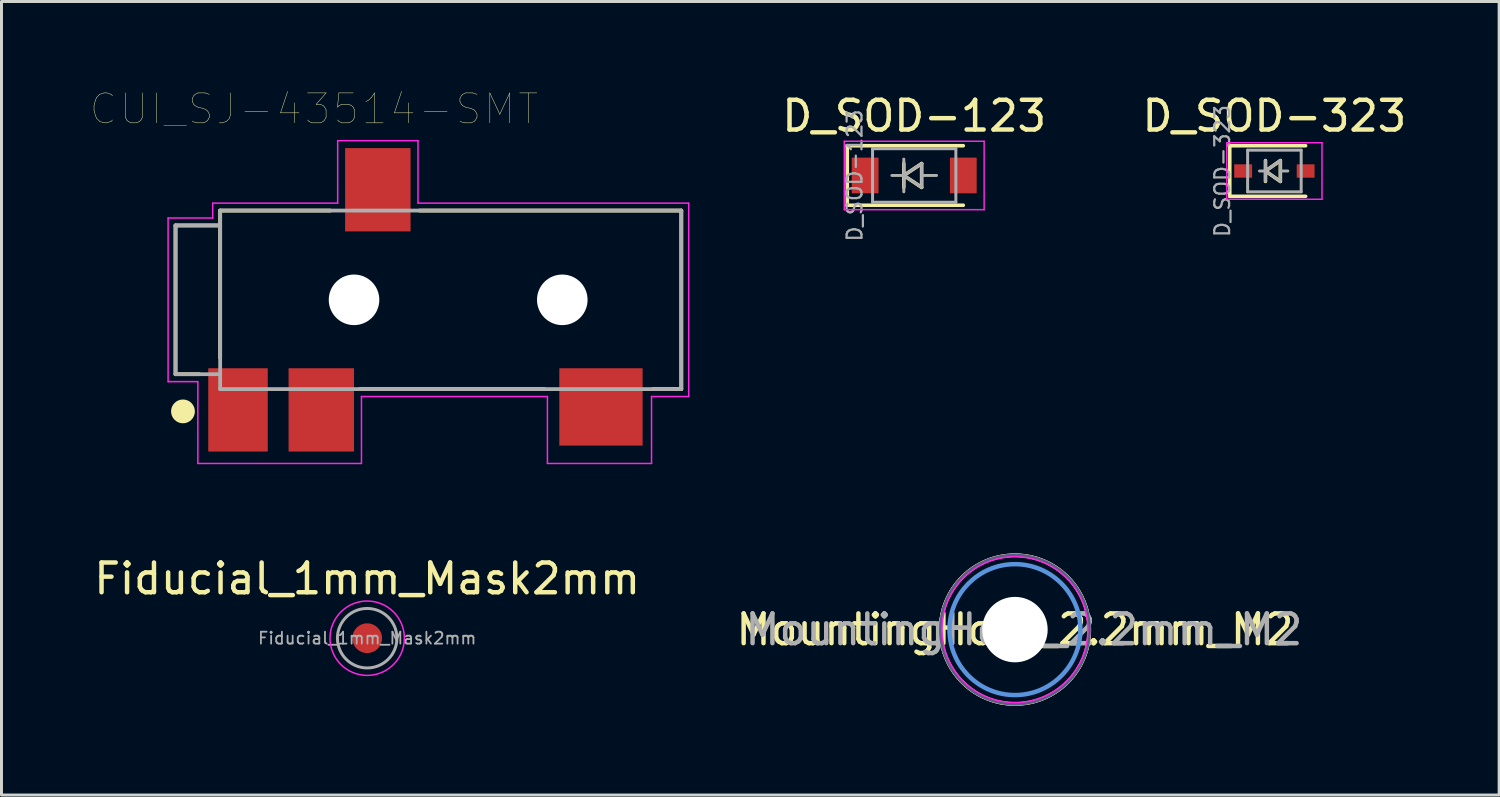
<source format=kicad_pcb>
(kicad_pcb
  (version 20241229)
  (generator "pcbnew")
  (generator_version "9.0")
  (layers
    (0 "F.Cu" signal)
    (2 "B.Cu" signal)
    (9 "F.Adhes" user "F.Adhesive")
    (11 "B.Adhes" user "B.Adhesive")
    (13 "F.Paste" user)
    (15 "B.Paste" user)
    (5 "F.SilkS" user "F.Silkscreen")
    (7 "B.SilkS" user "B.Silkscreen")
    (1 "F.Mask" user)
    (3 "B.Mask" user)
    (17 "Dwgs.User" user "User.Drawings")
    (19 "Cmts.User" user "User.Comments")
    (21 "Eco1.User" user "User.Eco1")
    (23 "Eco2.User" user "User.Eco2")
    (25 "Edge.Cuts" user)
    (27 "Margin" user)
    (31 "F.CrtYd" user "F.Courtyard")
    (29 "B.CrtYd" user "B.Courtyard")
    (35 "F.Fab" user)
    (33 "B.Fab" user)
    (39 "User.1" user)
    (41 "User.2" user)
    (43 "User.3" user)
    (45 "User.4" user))
  (footprint "CUI_SJ-43514-SMT"
    (layer "F.Cu")
    (at 12.1 7.028)
    (property "Reference" "CUI_SJ-43514-SMT" (at -4.596 -6.414 0) (layer "F.SilkS") (effects (font (size 1.005 1.005) (thickness 0.015))))
    (attr through_hole)
    (fp_line (start -9.25 -2.5) (end -9.25 2.5) (stroke (width 0.127) (type solid)) (layer "F.SilkS"))
    (fp_line (start -9.25 2.5) (end -8.45 2.5) (stroke (width 0.127) (type solid)) (layer "F.SilkS"))
    (fp_line (start -7.75 -3) (end -7.75 -2.5) (stroke (width 0.127) (type solid)) (layer "F.SilkS"))
    (fp_line (start -7.75 -2.5) (end -9.25 -2.5) (stroke (width 0.127) (type solid)) (layer "F.SilkS"))
    (fp_line (start -7.75 -2.5) (end -7.75 1.95) (stroke (width 0.127) (type solid)) (layer "F.SilkS"))
    (fp_line (start -4.05 -3) (end -7.75 -3) (stroke (width 0.127) (type solid)) (layer "F.SilkS"))
    (fp_line (start -3.05 3) (end 3.15 3) (stroke (width 0.127) (type solid)) (layer "F.SilkS"))
    (fp_line (start 6.8 3) (end 7.75 3) (stroke (width 0.127) (type solid)) (layer "F.SilkS"))
    (fp_line (start 7.75 -3) (end -1.05 -3) (stroke (width 0.127) (type solid)) (layer "F.SilkS"))
    (fp_line (start 7.75 -3) (end 7.75 3) (stroke (width 0.127) (type solid)) (layer "F.SilkS"))
    (fp_circle (center -9 3.75) (end -8.8 3.75) (stroke (width 0.4) (type solid)) (fill no) (layer "F.SilkS"))
    (fp_line (start -9.5 -2.75) (end -8 -2.75) (stroke (width 0.05) (type solid)) (layer "F.CrtYd"))
    (fp_line (start -9.5 2.75) (end -9.5 -2.75) (stroke (width 0.05) (type solid)) (layer "F.CrtYd"))
    (fp_line (start -8.5 2.75) (end -9.5 2.75) (stroke (width 0.05) (type solid)) (layer "F.CrtYd"))
    (fp_line (start -8.5 5.5) (end -8.5 2.75) (stroke (width 0.05) (type solid)) (layer "F.CrtYd"))
    (fp_line (start -8 -3.25) (end -3.8 -3.25) (stroke (width 0.05) (type solid)) (layer "F.CrtYd"))
    (fp_line (start -8 -2.75) (end -8 -3.25) (stroke (width 0.05) (type solid)) (layer "F.CrtYd"))
    (fp_line (start -3.8 -5.35) (end -1.1 -5.35) (stroke (width 0.05) (type solid)) (layer "F.CrtYd"))
    (fp_line (start -3.8 -3.25) (end -3.8 -5.35) (stroke (width 0.05) (type solid)) (layer "F.CrtYd"))
    (fp_line (start -3 3.25) (end -3 5.5) (stroke (width 0.05) (type solid)) (layer "F.CrtYd"))
    (fp_line (start -3 5.5) (end -8.5 5.5) (stroke (width 0.05) (type solid)) (layer "F.CrtYd"))
    (fp_line (start -1.1 -5.35) (end -1.1 -3.25) (stroke (width 0.05) (type solid)) (layer "F.CrtYd"))
    (fp_line (start -1.1 -3.25) (end 8 -3.25) (stroke (width 0.05) (type solid)) (layer "F.CrtYd"))
    (fp_line (start 3.25 3.25) (end -3 3.25) (stroke (width 0.05) (type solid)) (layer "F.CrtYd"))
    (fp_line (start 3.25 5.5) (end 3.25 3.25) (stroke (width 0.05) (type solid)) (layer "F.CrtYd"))
    (fp_line (start 6.75 3.25) (end 6.75 5.5) (stroke (width 0.05) (type solid)) (layer "F.CrtYd"))
    (fp_line (start 6.75 5.5) (end 3.25 5.5) (stroke (width 0.05) (type solid)) (layer "F.CrtYd"))
    (fp_line (start 8 -3.25) (end 8 3.25) (stroke (width 0.05) (type solid)) (layer "F.CrtYd"))
    (fp_line (start 8 3.25) (end 6.75 3.25) (stroke (width 0.05) (type solid)) (layer "F.CrtYd"))
    (fp_line (start -9.25 -2.5) (end -9.25 2.5) (stroke (width 0.127) (type solid)) (layer "F.Fab"))
    (fp_line (start -9.25 2.5) (end -7.75 2.5) (stroke (width 0.127) (type solid)) (layer "F.Fab"))
    (fp_line (start -7.75 -3) (end -7.75 -2.5) (stroke (width 0.127) (type solid)) (layer "F.Fab"))
    (fp_line (start -7.75 -2.5) (end -9.25 -2.5) (stroke (width 0.127) (type solid)) (layer "F.Fab"))
    (fp_line (start -7.75 -2.5) (end -7.75 2.5) (stroke (width 0.127) (type solid)) (layer "F.Fab"))
    (fp_line (start -7.75 2.5) (end -7.75 3) (stroke (width 0.127) (type solid)) (layer "F.Fab"))
    (fp_line (start -7.75 3) (end 7.75 3) (stroke (width 0.127) (type solid)) (layer "F.Fab"))
    (fp_line (start 7.75 -3) (end -7.75 -3) (stroke (width 0.127) (type solid)) (layer "F.Fab"))
    (fp_line (start 7.75 3) (end 7.75 -3) (stroke (width 0.127) (type solid)) (layer "F.Fab"))
    (pad "" np_thru_hole circle (at -3.25 0) (size 1.7 1.7) (drill 1.7) (layers "*.Cu" "*.Mask"))
    (pad "" np_thru_hole circle (at 3.75 0) (size 1.7 1.7) (drill 1.7) (layers "*.Cu" "*.Mask"))
    (pad "R1" smd rect (at -2.45 -3.7) (size 2.2 2.8) (layers "F.Cu" "F.Mask" "F.Paste"))
    (pad "R2" smd rect (at -4.35 3.7) (size 2.2 2.8) (layers "F.Cu" "F.Mask" "F.Paste"))
    (pad "S" smd rect (at -7.15 3.7) (size 2 2.8) (layers "F.Cu" "F.Mask" "F.Paste"))
    (pad "T" smd rect (at 5.05 3.6) (size 2.8 2.6) (layers "F.Cu" "F.Mask" "F.Paste")))
  (footprint "D_SOD-323"
    (layer "F.Cu")
    (at 39.786 2.698)
    (property "Reference" "D_SOD-323" (at 0 -1.85 0) (layer "F.SilkS") (effects (font (size 1 1) (thickness 0.15))))
    (attr smd)
    (fp_line (start -1.5 -0.85) (end -1.5 0.85) (stroke (width 0.12) (type solid)) (layer "F.SilkS"))
    (fp_line (start -1.5 -0.85) (end 1.05 -0.85) (stroke (width 0.12) (type solid)) (layer "F.SilkS"))
    (fp_line (start -1.5 0.85) (end 1.05 0.85) (stroke (width 0.12) (type solid)) (layer "F.SilkS"))
    (fp_line (start -0.3 -0.35) (end -0.3 0.35) (stroke (width 0.12) (type solid)) (layer "F.SilkS"))
    (fp_line (start -0.3 0) (end 0.2 0.35) (stroke (width 0.12) (type solid)) (layer "F.SilkS"))
    (fp_line (start 0.2 -0.35) (end -0.3 0) (stroke (width 0.12) (type solid)) (layer "F.SilkS"))
    (fp_line (start 0.2 0.35) (end 0.2 -0.35) (stroke (width 0.12) (type solid)) (layer "F.SilkS"))
    (fp_line (start -1.6 -0.95) (end -1.6 0.95) (stroke (width 0.05) (type solid)) (layer "F.CrtYd"))
    (fp_line (start -1.6 -0.95) (end 1.6 -0.95) (stroke (width 0.05) (type solid)) (layer "F.CrtYd"))
    (fp_line (start -1.6 0.95) (end 1.6 0.95) (stroke (width 0.05) (type solid)) (layer "F.CrtYd"))
    (fp_line (start 1.6 -0.95) (end 1.6 0.95) (stroke (width 0.05) (type solid)) (layer "F.CrtYd"))
    (fp_line (start -0.9 -0.7) (end 0.9 -0.7) (stroke (width 0.1) (type solid)) (layer "F.Fab"))
    (fp_line (start -0.9 0.7) (end -0.9 -0.7) (stroke (width 0.1) (type solid)) (layer "F.Fab"))
    (fp_line (start -0.3 -0.35) (end -0.3 0.35) (stroke (width 0.1) (type solid)) (layer "F.Fab"))
    (fp_line (start -0.3 0) (end -0.5 0) (stroke (width 0.1) (type solid)) (layer "F.Fab"))
    (fp_line (start -0.3 0) (end 0.2 -0.35) (stroke (width 0.1) (type solid)) (layer "F.Fab"))
    (fp_line (start 0.2 -0.35) (end 0.2 0.35) (stroke (width 0.1) (type solid)) (layer "F.Fab"))
    (fp_line (start 0.2 0) (end 0.45 0) (stroke (width 0.1) (type solid)) (layer "F.Fab"))
    (fp_line (start 0.2 0.35) (end -0.3 0) (stroke (width 0.1) (type solid)) (layer "F.Fab"))
    (fp_line (start 0.9 -0.7) (end 0.9 0.7) (stroke (width 0.1) (type solid)) (layer "F.Fab"))
    (fp_line (start 0.9 0.7) (end -0.9 0.7) (stroke (width 0.1) (type solid)) (layer "F.Fab"))
    (fp_text user "${REFERENCE}" (at -1.75 0 270) (layer "F.Fab") (effects (font (size 0.5 0.5) (thickness 0.075))))
    (pad "1" smd rect (at -1.05 0) (size 0.6 0.45) (layers "F.Cu" "F.Mask" "F.Paste"))
    (pad "2" smd rect (at 1.05 0) (size 0.6 0.45) (layers "F.Cu" "F.Mask" "F.Paste")))
  (footprint "Fiducial_1mm_Mask2mm"
    (layer "F.Cu")
    (at 9.292 18.402)
    (property "Reference" "Fiducial_1mm_Mask2mm" (at 0 -2 0) (layer "F.SilkS") (effects (font (size 1 1) (thickness 0.15))))
    (attr smd)
    (fp_circle (center 0 0) (end 1.25 0) (stroke (width 0.05) (type solid)) (fill no) (layer "F.CrtYd"))
    (fp_circle (center 0 0) (end 1 0) (stroke (width 0.1) (type solid)) (fill no) (layer "F.Fab"))
    (fp_text user "${REFERENCE}" (at 0 0 0) (layer "F.Fab") (effects (font (size 0.4 0.4) (thickness 0.06))))
    (pad "" smd circle (at 0 0) (size 1 1) (layers "F.Cu" "F.Mask")))
  (footprint "D_SOD-123"
    (layer "F.Cu")
    (at 27.679 2.848)
    (property "Reference" "D_SOD-123" (at 0 -2 0) (layer "F.SilkS") (effects (font (size 1 1) (thickness 0.15))))
    (attr smd)
    (fp_line (start -2.25 -1) (end -2.25 1) (stroke (width 0.12) (type solid)) (layer "F.SilkS"))
    (fp_line (start -2.25 -1) (end 1.65 -1) (stroke (width 0.12) (type solid)) (layer "F.SilkS"))
    (fp_line (start -2.25 1) (end 1.65 1) (stroke (width 0.12) (type solid)) (layer "F.SilkS"))
    (fp_line (start -0.35 -0.4) (end -0.35 0.4) (stroke (width 0.12) (type solid)) (layer "F.SilkS"))
    (fp_line (start -0.35 0) (end 0.25 -0.4) (stroke (width 0.12) (type solid)) (layer "F.SilkS"))
    (fp_line (start 0.25 -0.4) (end 0.25 0.4) (stroke (width 0.12) (type solid)) (layer "F.SilkS"))
    (fp_line (start 0.25 0.4) (end -0.35 0) (stroke (width 0.12) (type solid)) (layer "F.SilkS"))
    (fp_line (start -2.35 -1.15) (end -2.35 1.15) (stroke (width 0.05) (type solid)) (layer "F.CrtYd"))
    (fp_line (start -2.35 -1.15) (end 2.35 -1.15) (stroke (width 0.05) (type solid)) (layer "F.CrtYd"))
    (fp_line (start 2.35 -1.15) (end 2.35 1.15) (stroke (width 0.05) (type solid)) (layer "F.CrtYd"))
    (fp_line (start 2.35 1.15) (end -2.35 1.15) (stroke (width 0.05) (type solid)) (layer "F.CrtYd"))
    (fp_line (start -1.4 -0.9) (end 1.4 -0.9) (stroke (width 0.1) (type solid)) (layer "F.Fab"))
    (fp_line (start -1.4 0.9) (end -1.4 -0.9) (stroke (width 0.1) (type solid)) (layer "F.Fab"))
    (fp_line (start -0.75 0) (end -0.35 0) (stroke (width 0.1) (type solid)) (layer "F.Fab"))
    (fp_line (start -0.35 0) (end -0.35 -0.55) (stroke (width 0.1) (type solid)) (layer "F.Fab"))
    (fp_line (start -0.35 0) (end -0.35 0.55) (stroke (width 0.1) (type solid)) (layer "F.Fab"))
    (fp_line (start -0.35 0) (end 0.25 -0.4) (stroke (width 0.1) (type solid)) (layer "F.Fab"))
    (fp_line (start 0.25 -0.4) (end 0.25 0.4) (stroke (width 0.1) (type solid)) (layer "F.Fab"))
    (fp_line (start 0.25 0) (end 0.75 0) (stroke (width 0.1) (type solid)) (layer "F.Fab"))
    (fp_line (start 0.25 0.4) (end -0.35 0) (stroke (width 0.1) (type solid)) (layer "F.Fab"))
    (fp_line (start 1.4 -0.9) (end 1.4 0.9) (stroke (width 0.1) (type solid)) (layer "F.Fab"))
    (fp_line (start 1.4 0.9) (end -1.4 0.9) (stroke (width 0.1) (type solid)) (layer "F.Fab"))
    (fp_text user "${REFERENCE}" (at -2 0 90) (layer "F.Fab") (effects (font (size 0.5 0.5) (thickness 0.075))))
    (pad "1" smd rect (at -1.65 0) (size 0.9 1.2) (layers "F.Cu" "F.Mask" "F.Paste"))
    (pad "2" smd rect (at 1.65 0) (size 0.9 1.2) (layers "F.Cu" "F.Mask" "F.Paste")))
  (footprint "MountingHole_2.2mm_M2"
    (layer "F.Cu")
    (at 31.065 18.113)
    (property "Reference" "MountingHole_2.2mm_M2" (at 0 0 0) (layer "F.SilkS") (effects (font (size 1 1) (thickness 0.15))))
    (attr exclude_from_pos_files exclude_from_bom)
    (fp_circle (center 0 0) (end 2.5 0) (stroke (width 0.12) (type solid)) (fill no) (layer "F.SilkS"))
    (fp_circle (center 0 0) (end 2.5 0) (stroke (width 0.12) (type solid)) (fill no) (layer "B.SilkS"))
    (fp_circle (center 0 0) (end 2.2 0) (stroke (width 0.15) (type solid)) (fill no) (layer "Cmts.User"))
    (fp_circle (center 0 0) (end 2.45 0) (stroke (width 0.05) (type solid)) (fill no) (layer "F.CrtYd"))
    (fp_circle (center 0 0) (end 2.5 0) (stroke (width 0.1) (type solid)) (fill no) (layer "B.Fab"))
    (fp_circle (center 0 0) (end 2.5 0) (stroke (width 0.1) (type solid)) (fill no) (layer "F.Fab"))
    (fp_text user "${REFERENCE}" (at 0.3 0 0) (layer "F.Fab") (effects (font (size 1 1) (thickness 0.15))))
    (pad "" np_thru_hole circle (at 0 0) (size 2.2 2.2) (drill 2.2) (layers "*.Cu" "*.Mask"))
    (pad "" smd circle (at 0 0) (size 5 5) (layers "*.Mask")))
  (gr_rect
    (start -3 -3)
    (end 47.34 23.673)
    (stroke (width 0.1) (type default))
    (fill no)
    (layer "Edge.Cuts")))
</source>
